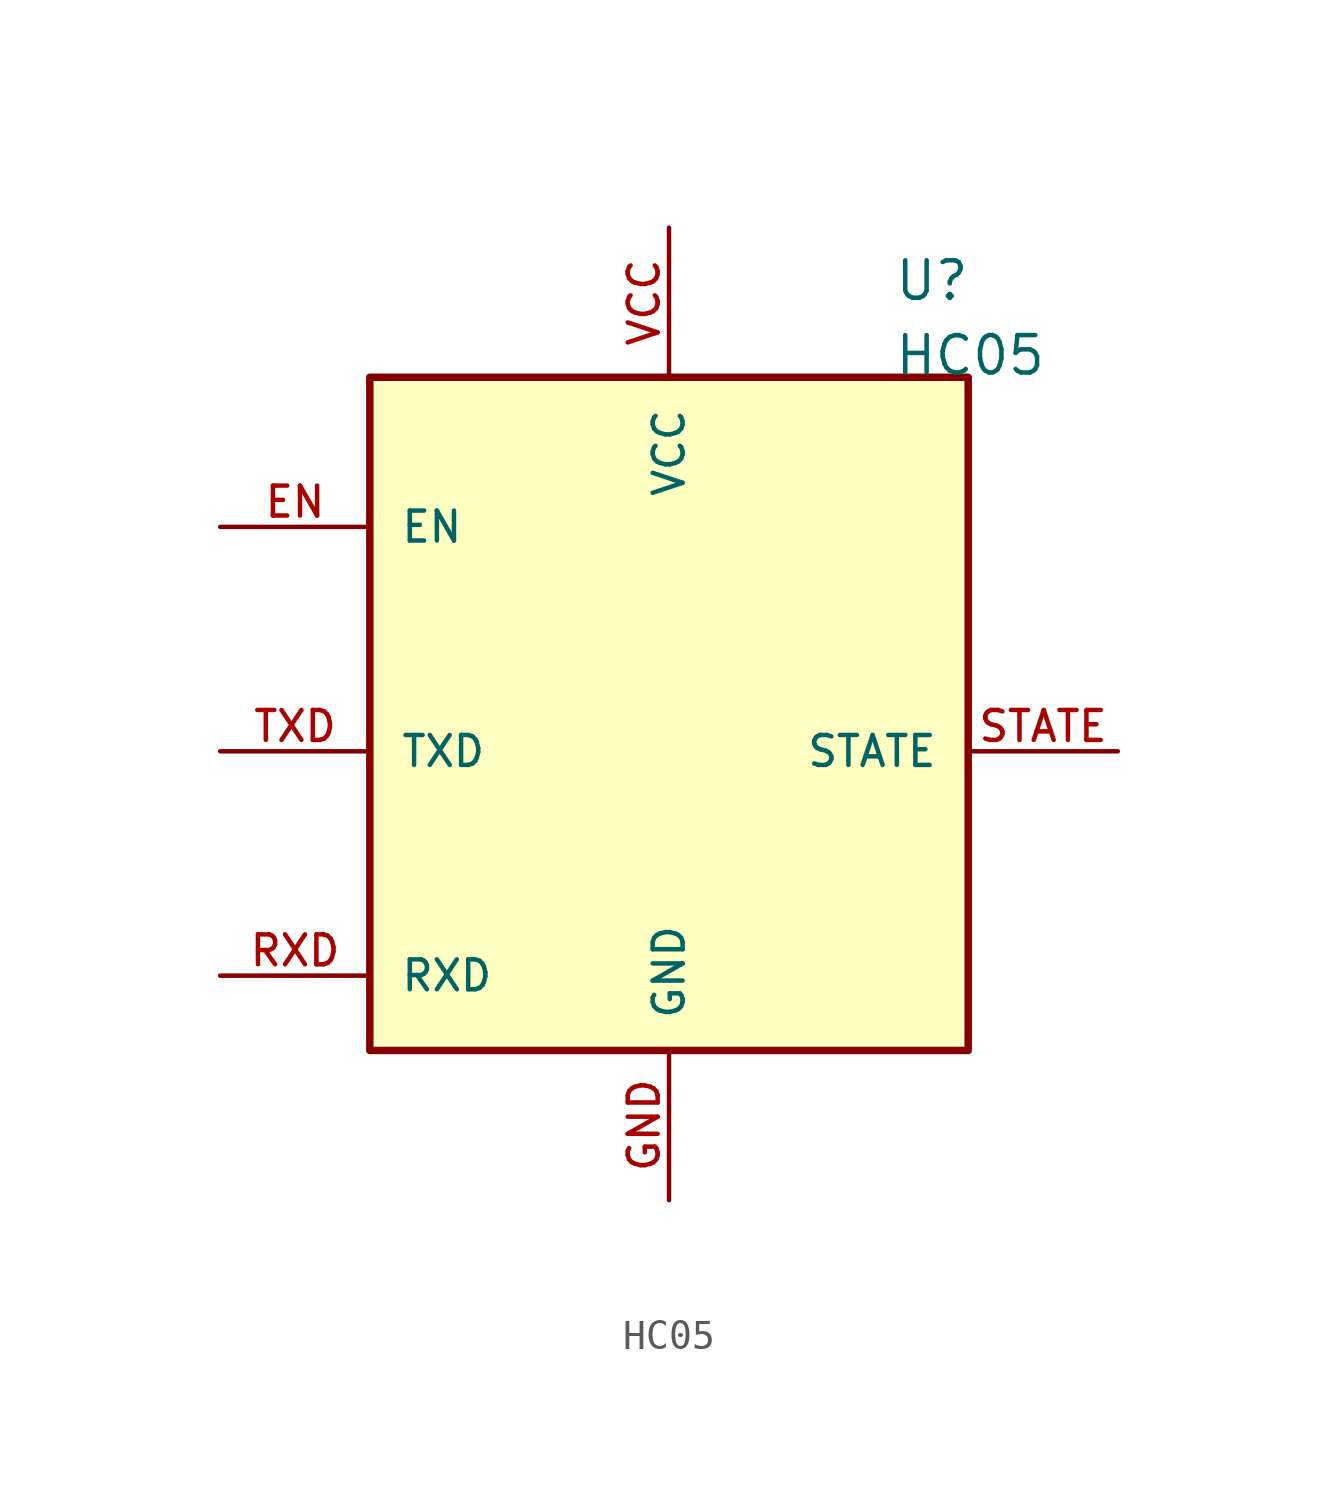
<source format=kicad_sym>
(kicad_symbol_lib
  (version 20231120)
  (generator "kicad_symbol_editor")
  (generator_version "8.0")
  (symbol "HC05"
    (pin_names
      (offset 1.016))
    (property "Reference" "U"
      (at 10.16 15.24 0)
      (effects (font (size 1.27 1.27)) (justify left bottom)))
    (property "Value" "HC05"
      (at 10.16 12.7 0)
      (effects (font (size 1.27 1.27)) (justify left bottom)))
    (symbol "HC05_0_0"
      (rectangle (start -7.62 -10.16) (end 12.7 12.7) (stroke (width 0.254) (type default)) (fill (type background)))
      (pin bidirectional line (at -12.7 7.62 0) (length 5.08) (name "EN" (effects (font (size 1.016 1.016)))) (number "EN" (effects (font (size 1.016 1.016)))))
      (pin bidirectional line (at 2.54 -15.24 90) (length 5.08) (name "GND" (effects (font (size 1.016 1.016)))) (number "GND" (effects (font (size 1.016 1.016)))))
      (pin bidirectional line (at -12.7 -7.62 0) (length 5.08) (name "RXD" (effects (font (size 1.016 1.016)))) (number "RXD" (effects (font (size 1.016 1.016)))))
      (pin bidirectional line (at 17.78 0 180) (length 5.08) (name "STATE" (effects (font (size 1.016 1.016)))) (number "STATE" (effects (font (size 1.016 1.016)))))
      (pin bidirectional line (at -12.7 0 0) (length 5.08) (name "TXD" (effects (font (size 1.016 1.016)))) (number "TXD" (effects (font (size 1.016 1.016)))))
      (pin bidirectional line (at 2.54 17.78 270) (length 5.08) (name "VCC" (effects (font (size 1.016 1.016)))) (number "VCC" (effects (font (size 1.016 1.016))))))))
</source>
